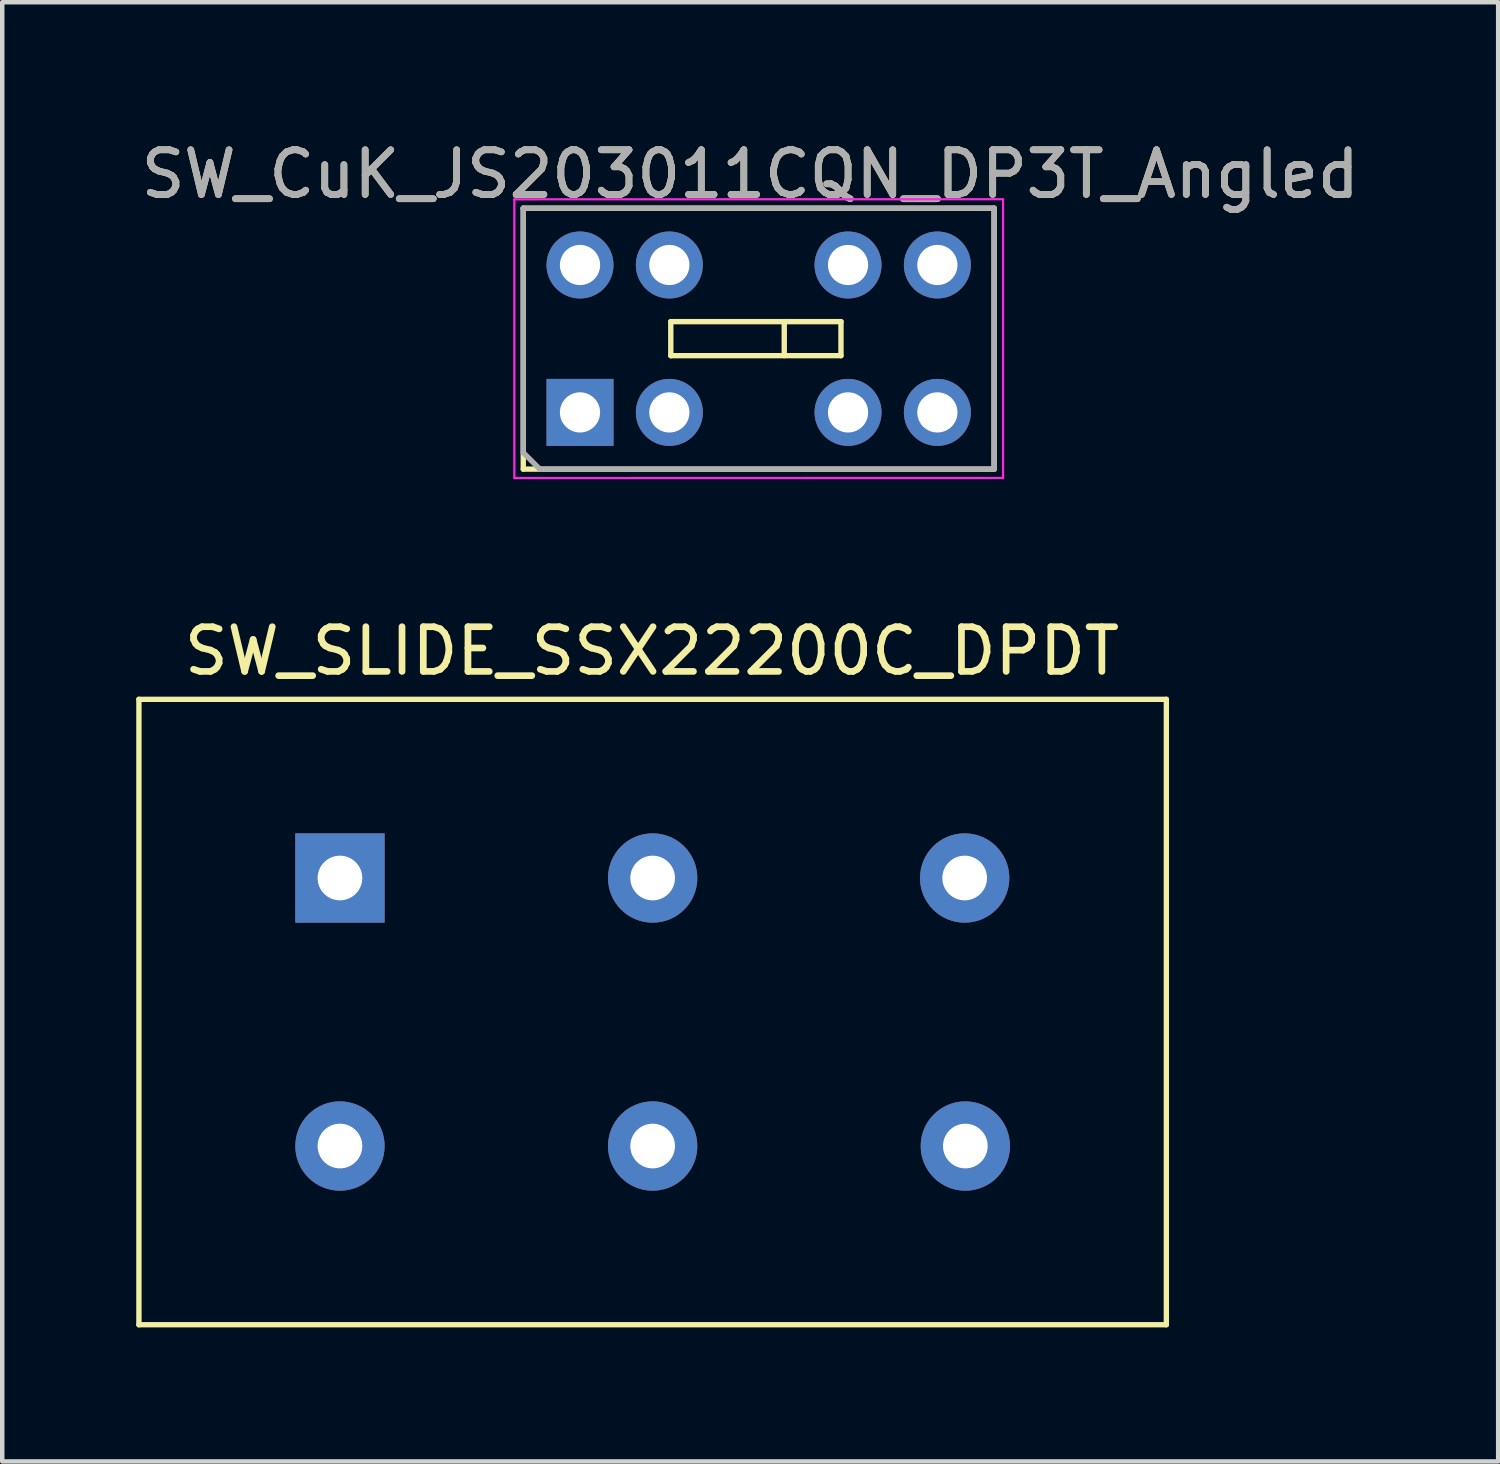
<source format=kicad_pcb>
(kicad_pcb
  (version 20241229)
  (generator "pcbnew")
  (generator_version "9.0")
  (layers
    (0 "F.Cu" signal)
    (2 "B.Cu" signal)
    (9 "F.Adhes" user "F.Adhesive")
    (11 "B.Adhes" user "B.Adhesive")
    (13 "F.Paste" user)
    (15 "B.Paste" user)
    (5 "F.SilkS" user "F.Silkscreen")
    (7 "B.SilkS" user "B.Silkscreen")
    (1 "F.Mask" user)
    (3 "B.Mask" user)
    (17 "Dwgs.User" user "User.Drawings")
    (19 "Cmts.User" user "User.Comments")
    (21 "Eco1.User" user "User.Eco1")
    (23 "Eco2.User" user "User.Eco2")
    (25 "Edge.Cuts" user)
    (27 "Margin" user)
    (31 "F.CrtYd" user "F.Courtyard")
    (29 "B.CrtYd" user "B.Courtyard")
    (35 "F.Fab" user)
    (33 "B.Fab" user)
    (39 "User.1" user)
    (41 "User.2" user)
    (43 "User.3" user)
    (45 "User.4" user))
  (footprint "SW_CuK_JS203011CQN_DP3T_Angled"
    (layer "F.Cu")
    (at 9.934 6.182)
    (property "Reference" "SW_CuK_JS203011CQN_DP3T_Angled" (at 3.81 -5.334 0) (layer "F.SilkS") (effects (font (size 1 1) (thickness 0.15))))
    (attr through_hole)
    (fp_line (start -1.27 -4.57) (end -1.27 1.27) (stroke (width 0.12) (type solid)) (layer "F.SilkS"))
    (fp_line (start -1.27 -4.57) (end 9.27 -4.57) (stroke (width 0.12) (type solid)) (layer "F.SilkS"))
    (fp_line (start -1.27 1.27) (end 9.27 1.27) (stroke (width 0.12) (type solid)) (layer "F.SilkS"))
    (fp_line (start 2.032 -2.032) (end 2.032 -1.27) (stroke (width 0.12) (type solid)) (layer "F.SilkS"))
    (fp_line (start 2.032 -1.27) (end 5.842 -1.27) (stroke (width 0.12) (type solid)) (layer "F.SilkS"))
    (fp_line (start 4.572 -2.032) (end 4.572 -1.27) (stroke (width 0.12) (type solid)) (layer "F.SilkS"))
    (fp_line (start 5.842 -2.032) (end 2.032 -2.032) (stroke (width 0.12) (type solid)) (layer "F.SilkS"))
    (fp_line (start 5.842 -1.27) (end 5.842 -2.032) (stroke (width 0.12) (type solid)) (layer "F.SilkS"))
    (fp_line (start 9.27 1.27) (end 9.27 -4.57) (stroke (width 0.12) (type solid)) (layer "F.SilkS"))
    (fp_line (start -1.47 -4.77) (end -1.47 1.47) (stroke (width 0.05) (type solid)) (layer "F.CrtYd"))
    (fp_line (start -1.47 -4.77) (end 9.47 -4.772) (stroke (width 0.05) (type solid)) (layer "F.CrtYd"))
    (fp_line (start 9.47 1.468) (end -1.47 1.47) (stroke (width 0.05) (type solid)) (layer "F.CrtYd"))
    (fp_line (start 9.47 1.468) (end 9.47 -4.772) (stroke (width 0.05) (type solid)) (layer "F.CrtYd"))
    (fp_line (start -1.27 -4.572) (end 9.27 -4.572) (stroke (width 0.12) (type solid)) (layer "F.Fab"))
    (fp_line (start -1.27 -4.57) (end -1.27 0.9) (stroke (width 0.12) (type solid)) (layer "F.Fab"))
    (fp_line (start -1.27 0.9) (end -0.9 1.27) (stroke (width 0.12) (type solid)) (layer "F.Fab"))
    (fp_line (start -0.9 1.27) (end 9.27 1.27) (stroke (width 0.12) (type solid)) (layer "F.Fab"))
    (fp_line (start 9.27 1.268) (end 9.27 -4.572) (stroke (width 0.12) (type solid)) (layer "F.Fab"))
    (fp_text user "${REFERENCE}" (at 3.81 -5.334 0) (layer "F.Fab") (effects (font (size 1 1) (thickness 0.15))))
    (pad "1" thru_hole rect (at 0 0) (size 1.5 1.5) (drill 0.9) (layers "*.Cu" "*.Mask"))
    (pad "2" thru_hole circle (at 2 0) (size 1.5 1.5) (drill 0.9) (layers "*.Cu" "*.Mask"))
    (pad "3" thru_hole circle (at 6 0) (size 1.5 1.5) (drill 0.9) (layers "*.Cu" "*.Mask"))
    (pad "4" thru_hole circle (at 8 0) (size 1.5 1.5) (drill 0.9) (layers "*.Cu" "*.Mask"))
    (pad "5" thru_hole circle (at 0 -3.3) (size 1.5 1.5) (drill 0.9) (layers "*.Cu" "*.Mask"))
    (pad "6" thru_hole circle (at 2 -3.3) (size 1.5 1.5) (drill 0.9) (layers "*.Cu" "*.Mask"))
    (pad "7" thru_hole circle (at 6 -3.3) (size 1.5 1.5) (drill 0.9) (layers "*.Cu" "*.Mask"))
    (pad "8" thru_hole circle (at 8 -3.3) (size 1.5 1.5) (drill 0.9) (layers "*.Cu" "*.Mask")))
  (footprint "SW_SLIDE_SSX22200C_DPDT"
    (layer "F.Cu")
    (at 4.56 16.605)
    (property "Reference" "SW_SLIDE_SSX22200C_DPDT" (at 6.985 -5.08 0) (layer "F.SilkS") (effects (font (size 1 1) (thickness 0.15))))
    (attr through_hole)
    (fp_line (start -4.5 -4) (end -4.5 10) (stroke (width 0.12) (type solid)) (layer "F.SilkS"))
    (fp_line (start -4.5 -4) (end 18.5 -4) (stroke (width 0.12) (type solid)) (layer "F.SilkS"))
    (fp_line (start -4.5 10) (end 18.5 10) (stroke (width 0.12) (type solid)) (layer "F.SilkS"))
    (fp_line (start 18.5 -4) (end 18.5 10) (stroke (width 0.12) (type solid)) (layer "F.SilkS"))
    (pad "1" thru_hole rect (at 0 0) (size 2 2) (drill 1) (layers "*.Cu" "*.Mask"))
    (pad "2" thru_hole circle (at 7 0) (size 2 2) (drill 1) (layers "*.Cu" "*.Mask"))
    (pad "3" thru_hole circle (at 13.985 0) (size 2 2) (drill 1) (layers "*.Cu" "*.Mask"))
    (pad "4" thru_hole circle (at 0 6) (size 2 2) (drill 1) (layers "*.Cu" "*.Mask"))
    (pad "5" thru_hole circle (at 7 6) (size 2 2) (drill 1) (layers "*.Cu" "*.Mask"))
    (pad "6" thru_hole circle (at 14 6) (size 2 2) (drill 1) (layers "*.Cu" "*.Mask")))
  (gr_rect
    (start -3 -3)
    (end 30.488 29.666)
    (stroke (width 0.1) (type default))
    (fill no)
    (layer "Edge.Cuts")))
</source>
